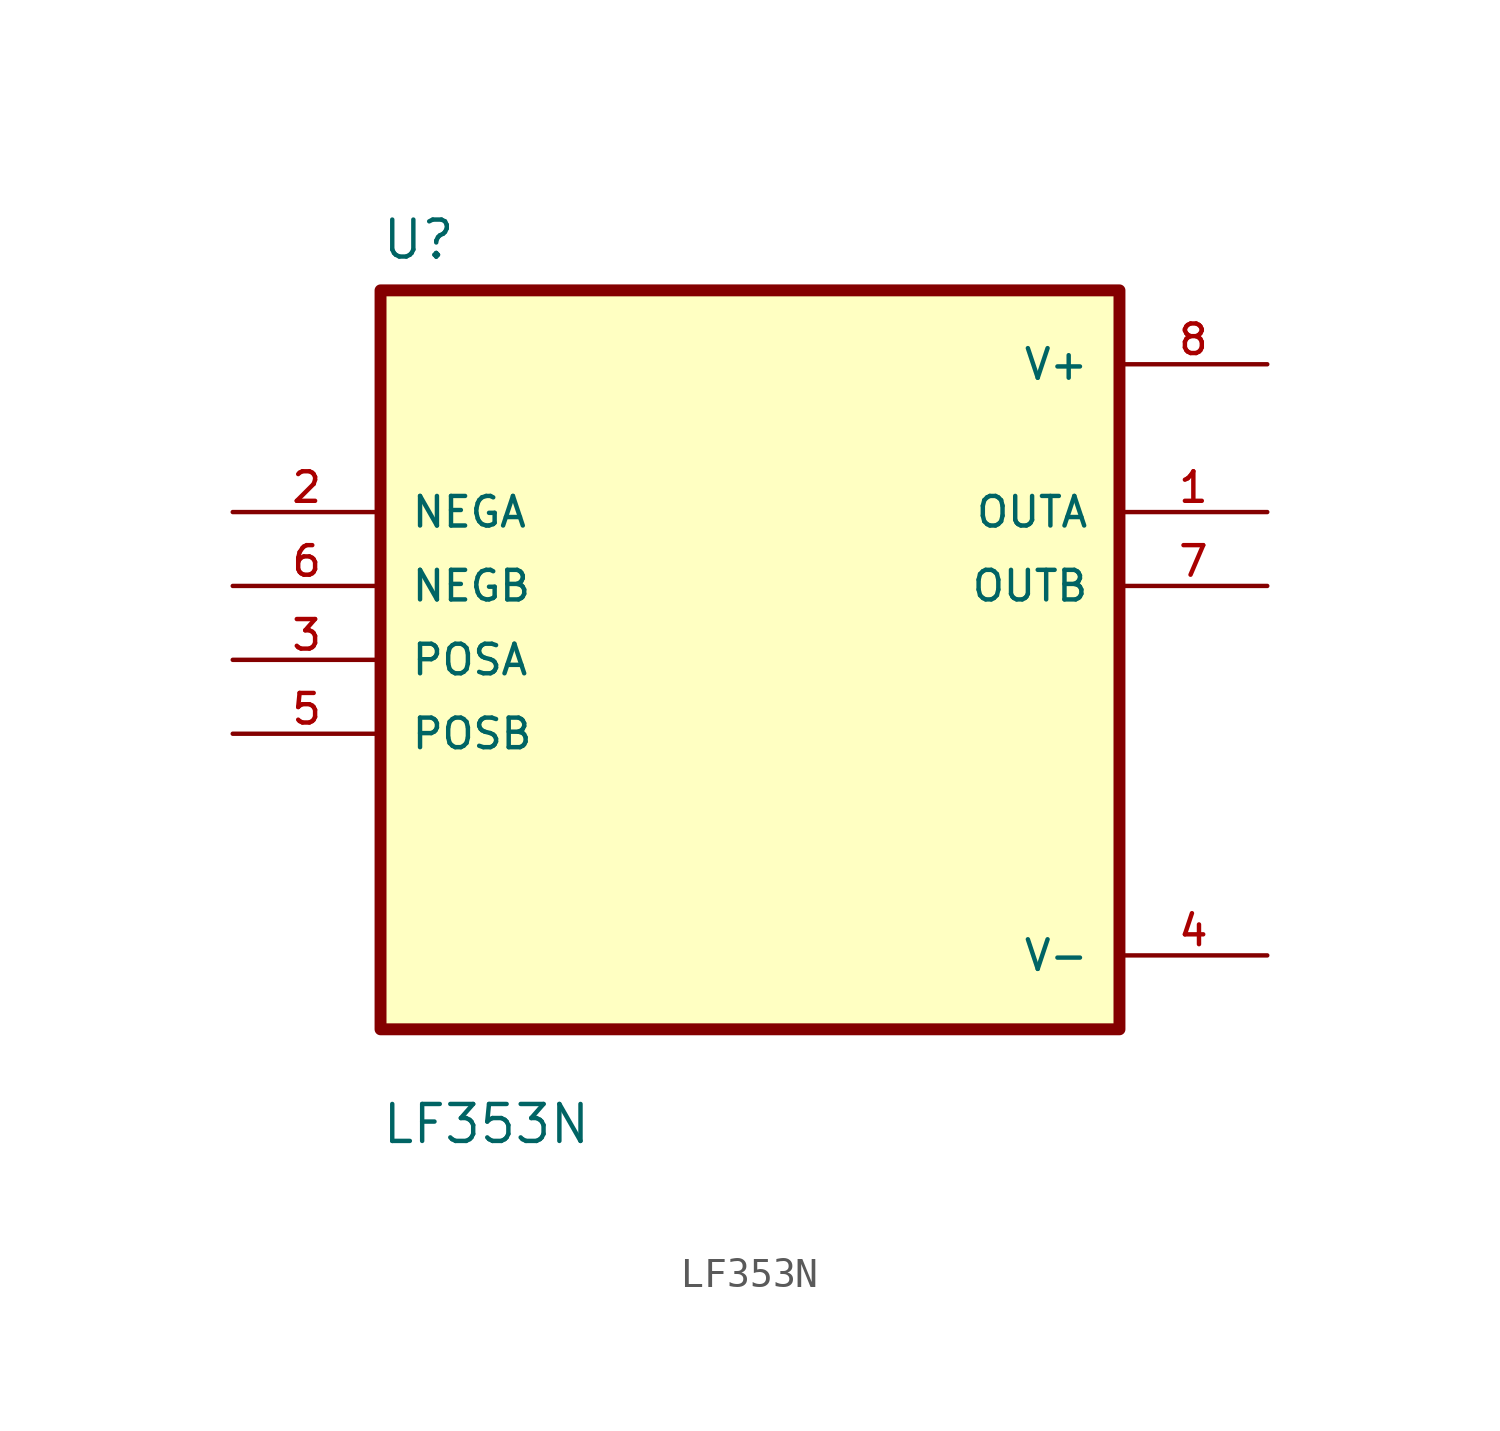
<source format=kicad_sym>
(kicad_symbol_lib
  (version 20211014)
  (generator kicad_symbol_editor)
  (symbol "LF353N"
    (pin_names
      (offset 1.016))
    (property "Reference" "U"
      (at -12.7 13.7 0.0)
      (effects (font (size 1.27 1.27)) (justify bottom left)))
    (property "Value" "LF353N"
      (at -12.7 -16.7 0.0)
      (effects (font (size 1.27 1.27)) (justify bottom left)))
    (symbol "LF353N_0_0"
      (rectangle (start -12.7 -12.7) (end 12.7 12.7) (stroke (width 0.41)) (fill (type background)))
      (pin input line (at -17.78 5.08 0) (length 5.08) (name "NEGA" (effects (font (size 1.016 1.016)))) (number "2" (effects (font (size 1.016 1.016)))))
      (pin input line (at -17.78 2.54 0) (length 5.08) (name "NEGB" (effects (font (size 1.016 1.016)))) (number "6" (effects (font (size 1.016 1.016)))))
      (pin input line (at -17.78 -8.88178e-16 0) (length 5.08) (name "POSA" (effects (font (size 1.016 1.016)))) (number "3" (effects (font (size 1.016 1.016)))))
      (pin input line (at -17.78 -2.54 0) (length 5.08) (name "POSB" (effects (font (size 1.016 1.016)))) (number "5" (effects (font (size 1.016 1.016)))))
      (pin power_in line (at 17.78 10.16 180.0) (length 5.08) (name "V+" (effects (font (size 1.016 1.016)))) (number "8" (effects (font (size 1.016 1.016)))))
      (pin output line (at 17.78 5.08 180.0) (length 5.08) (name "OUTA" (effects (font (size 1.016 1.016)))) (number "1" (effects (font (size 1.016 1.016)))))
      (pin output line (at 17.78 2.54 180.0) (length 5.08) (name "OUTB" (effects (font (size 1.016 1.016)))) (number "7" (effects (font (size 1.016 1.016)))))
      (pin power_in line (at 17.78 -10.16 180.0) (length 5.08) (name "V-" (effects (font (size 1.016 1.016)))) (number "4" (effects (font (size 1.016 1.016))))))))
</source>
